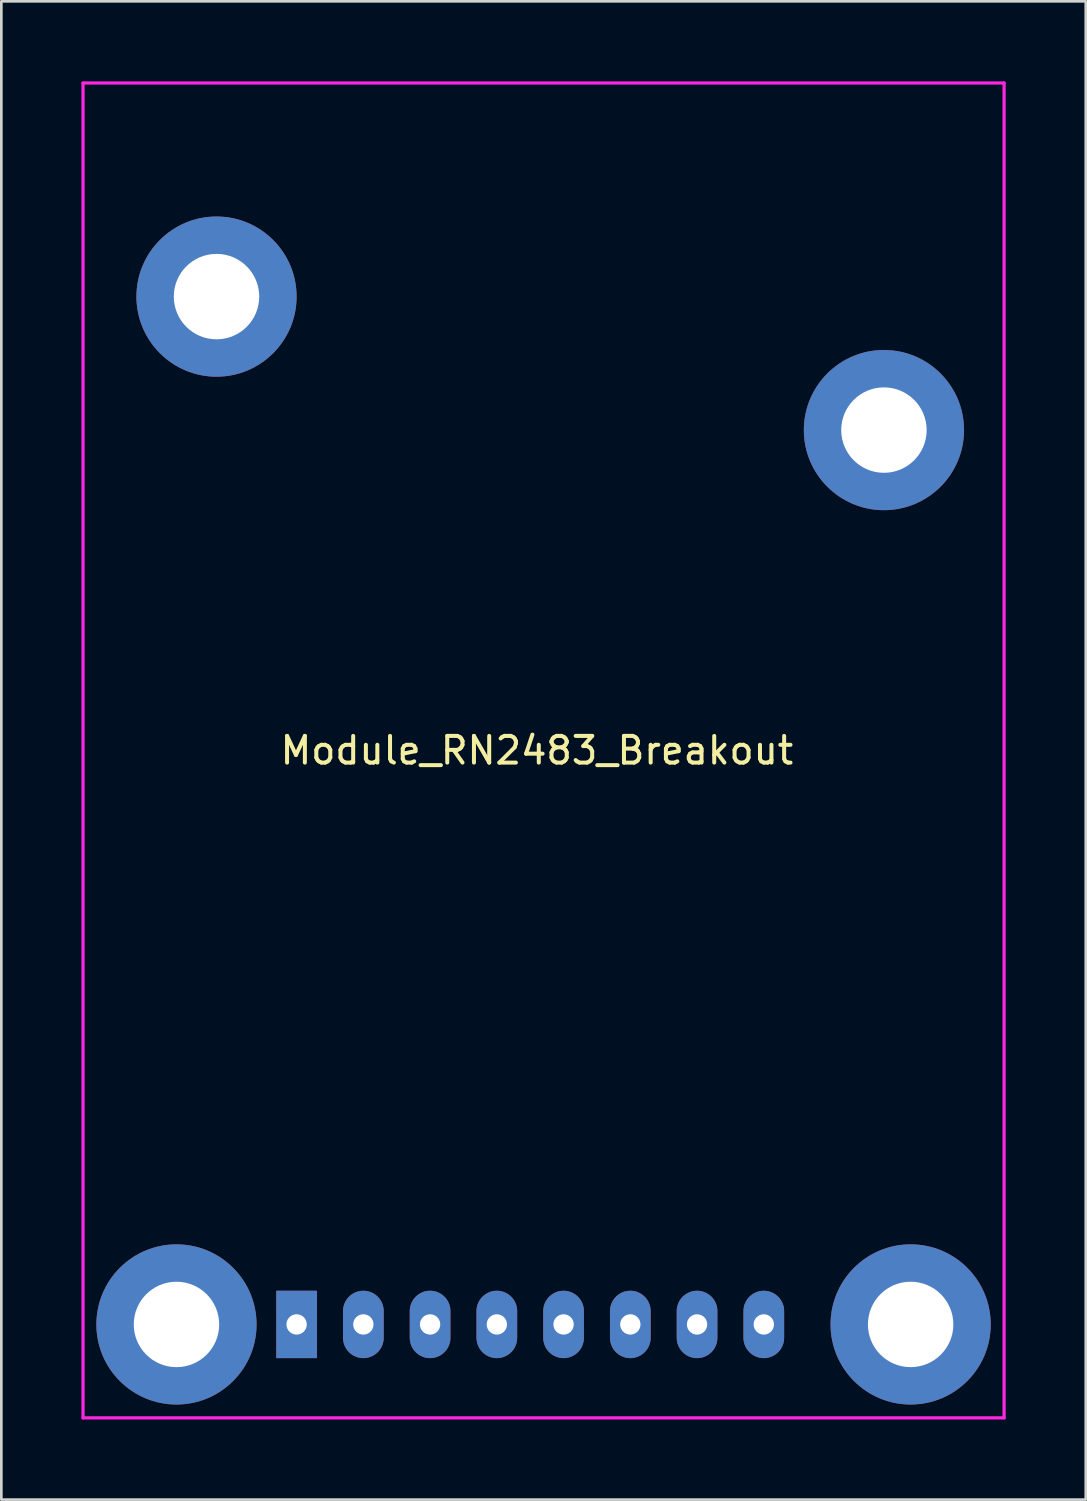
<source format=kicad_pcb>
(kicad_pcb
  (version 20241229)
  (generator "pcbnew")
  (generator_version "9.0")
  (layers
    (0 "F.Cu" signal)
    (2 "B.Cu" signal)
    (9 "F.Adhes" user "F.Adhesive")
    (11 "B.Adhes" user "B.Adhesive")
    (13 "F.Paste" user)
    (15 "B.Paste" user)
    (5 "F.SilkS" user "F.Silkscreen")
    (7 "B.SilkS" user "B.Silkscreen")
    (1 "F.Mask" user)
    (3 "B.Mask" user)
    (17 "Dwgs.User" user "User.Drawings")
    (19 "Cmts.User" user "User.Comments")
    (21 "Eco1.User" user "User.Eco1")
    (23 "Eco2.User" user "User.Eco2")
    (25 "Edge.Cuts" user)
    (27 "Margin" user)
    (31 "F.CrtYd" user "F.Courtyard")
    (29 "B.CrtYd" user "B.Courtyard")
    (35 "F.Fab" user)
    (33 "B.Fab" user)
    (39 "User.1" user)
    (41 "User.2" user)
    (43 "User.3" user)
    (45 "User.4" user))
  (footprint "Module_RN2483_Breakout"
    (layer "F.Cu")
    (at 8.06 46.56)
    (property "Reference" "Module_RN2483_Breakout" (at 9 -21.5 0) (layer "F.SilkS") (effects (font (size 1 1) (thickness 0.15))))
    (attr through_hole)
    (fp_line (start -8 -46.5) (end 26.5 -46.5) (stroke (width 0.12) (type solid)) (layer "F.CrtYd"))
    (fp_line (start -8 3.5) (end -8 -46.5) (stroke (width 0.12) (type solid)) (layer "F.CrtYd"))
    (fp_line (start -8 3.5) (end 26.5 3.5) (stroke (width 0.12) (type solid)) (layer "F.CrtYd"))
    (fp_line (start 26.5 3.5) (end 26.5 -46.5) (stroke (width 0.12) (type solid)) (layer "F.CrtYd"))
    (pad "" np_thru_hole circle (at -4.5 0) (size 6 6) (drill 3.2) (layers "*.Cu" "*.Mask"))
    (pad "" np_thru_hole circle (at -3 -38.5) (size 6 6) (drill 3.2) (layers "*.Cu" "*.Mask"))
    (pad "" np_thru_hole circle (at 22 -33.5) (size 6 6) (drill 3.2) (layers "*.Cu" "*.Mask"))
    (pad "" np_thru_hole circle (at 23 0) (size 6 6) (drill 3.2) (layers "*.Cu" "*.Mask"))
    (pad "1" thru_hole rect (at 0 0) (size 1.524 2.524) (drill 0.762) (layers "*.Cu" "*.Mask"))
    (pad "2" thru_hole oval (at 2.5 0) (size 1.524 2.524) (drill 0.762) (layers "*.Cu" "*.Mask"))
    (pad "3" thru_hole oval (at 5 0) (size 1.524 2.524) (drill 0.762) (layers "*.Cu" "*.Mask"))
    (pad "4" thru_hole oval (at 7.5 0) (size 1.524 2.524) (drill 0.762) (layers "*.Cu" "*.Mask"))
    (pad "5" thru_hole oval (at 10 0) (size 1.524 2.524) (drill 0.762) (layers "*.Cu" "*.Mask"))
    (pad "6" thru_hole oval (at 12.5 0) (size 1.524 2.524) (drill 0.762) (layers "*.Cu" "*.Mask"))
    (pad "7" thru_hole oval (at 15 0) (size 1.524 2.524) (drill 0.762) (layers "*.Cu" "*.Mask"))
    (pad "8" thru_hole oval (at 17.5 0) (size 1.524 2.524) (drill 0.762) (layers "*.Cu" "*.Mask")))
  (gr_rect
    (start -3 -3)
    (end 37.62 53.12)
    (stroke (width 0.1) (type default))
    (fill no)
    (layer "Edge.Cuts")))
</source>
